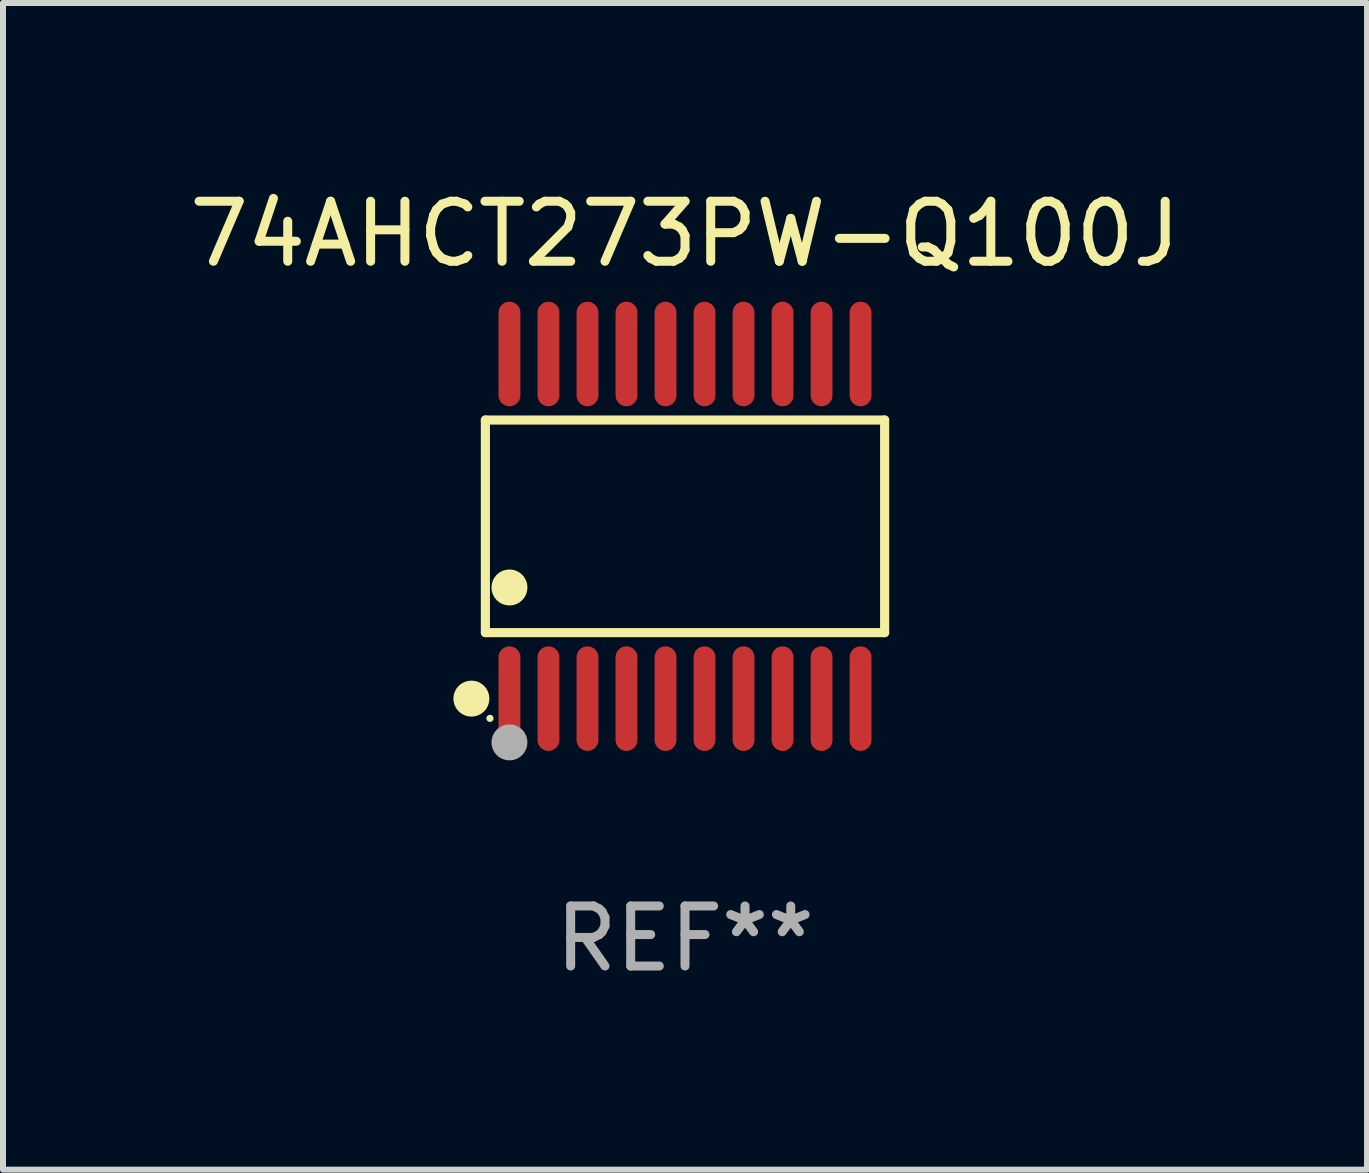
<source format=kicad_pcb>
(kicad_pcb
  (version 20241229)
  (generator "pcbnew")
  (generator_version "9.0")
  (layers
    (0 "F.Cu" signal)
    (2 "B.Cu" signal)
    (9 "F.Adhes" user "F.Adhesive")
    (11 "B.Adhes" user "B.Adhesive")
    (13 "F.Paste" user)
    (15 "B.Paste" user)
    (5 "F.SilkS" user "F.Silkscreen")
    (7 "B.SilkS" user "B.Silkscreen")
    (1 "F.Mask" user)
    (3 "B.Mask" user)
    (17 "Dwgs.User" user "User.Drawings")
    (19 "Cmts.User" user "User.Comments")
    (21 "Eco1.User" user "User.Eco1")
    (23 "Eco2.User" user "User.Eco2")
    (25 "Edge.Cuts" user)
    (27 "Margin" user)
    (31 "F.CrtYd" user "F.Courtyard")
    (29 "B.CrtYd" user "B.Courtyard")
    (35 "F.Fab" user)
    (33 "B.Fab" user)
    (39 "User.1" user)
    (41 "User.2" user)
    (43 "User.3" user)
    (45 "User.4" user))
  (footprint "74AHCT273PW-Q100J"
    (layer "F.Cu")
    (at 8.363 5.719)
    (property "Reference" "74AHCT273PW-Q100J" (at 0 -4.871 0) (layer "F.SilkS") (effects (font (size 1 1) (thickness 0.15))))
    (attr through_hole)
    (fp_line (start -3.326 -1.771) (end 3.326 -1.771) (stroke (width 0.152) (type solid)) (layer "F.SilkS"))
    (fp_line (start -3.326 1.771) (end -3.326 -1.771) (stroke (width 0.152) (type solid)) (layer "F.SilkS"))
    (fp_line (start 3.326 -1.771) (end 3.326 1.771) (stroke (width 0.152) (type solid)) (layer "F.SilkS"))
    (fp_line (start 3.326 1.771) (end -3.326 1.771) (stroke (width 0.152) (type solid)) (layer "F.SilkS"))
    (fp_circle (center -3.559 2.871) (end -3.409 2.871) (stroke (width 0.3) (type solid)) (fill no) (layer "F.SilkS"))
    (fp_circle (center -3.25 3.2) (end -3.22 3.2) (stroke (width 0.06) (type solid)) (fill no) (layer "F.SilkS"))
    (fp_circle (center -2.925 1.019) (end -2.775 1.019) (stroke (width 0.3) (type solid)) (fill no) (layer "F.SilkS"))
    (fp_circle (center -2.925 3.6) (end -2.775 3.6) (stroke (width 0.3) (type solid)) (fill no) (layer "F.Fab"))
    (fp_text user "REF**" (at 0 6.871 0) (layer "F.Fab") (effects (font (size 1 1) (thickness 0.15))))
    (pad "1" smd oval (at -2.925 2.871) (size 0.364 1.742) (layers "F.Cu" "F.Mask" "F.Paste"))
    (pad "2" smd oval (at -2.275 2.871) (size 0.364 1.742) (layers "F.Cu" "F.Mask" "F.Paste"))
    (pad "3" smd oval (at -1.625 2.871) (size 0.364 1.742) (layers "F.Cu" "F.Mask" "F.Paste"))
    (pad "4" smd oval (at -0.975 2.871) (size 0.364 1.742) (layers "F.Cu" "F.Mask" "F.Paste"))
    (pad "5" smd oval (at -0.325 2.871) (size 0.364 1.742) (layers "F.Cu" "F.Mask" "F.Paste"))
    (pad "6" smd oval (at 0.325 2.871) (size 0.364 1.742) (layers "F.Cu" "F.Mask" "F.Paste"))
    (pad "7" smd oval (at 0.975 2.871) (size 0.364 1.742) (layers "F.Cu" "F.Mask" "F.Paste"))
    (pad "8" smd oval (at 1.625 2.871) (size 0.364 1.742) (layers "F.Cu" "F.Mask" "F.Paste"))
    (pad "9" smd oval (at 2.275 2.871) (size 0.364 1.742) (layers "F.Cu" "F.Mask" "F.Paste"))
    (pad "10" smd oval (at 2.925 2.871) (size 0.364 1.742) (layers "F.Cu" "F.Mask" "F.Paste"))
    (pad "11" smd oval (at 2.925 -2.871) (size 0.364 1.742) (layers "F.Cu" "F.Mask" "F.Paste"))
    (pad "12" smd oval (at 2.275 -2.871) (size 0.364 1.742) (layers "F.Cu" "F.Mask" "F.Paste"))
    (pad "13" smd oval (at 1.625 -2.871) (size 0.364 1.742) (layers "F.Cu" "F.Mask" "F.Paste"))
    (pad "14" smd oval (at 0.975 -2.871) (size 0.364 1.742) (layers "F.Cu" "F.Mask" "F.Paste"))
    (pad "15" smd oval (at 0.325 -2.871) (size 0.364 1.742) (layers "F.Cu" "F.Mask" "F.Paste"))
    (pad "16" smd oval (at -0.325 -2.871) (size 0.364 1.742) (layers "F.Cu" "F.Mask" "F.Paste"))
    (pad "17" smd oval (at -0.975 -2.871) (size 0.364 1.742) (layers "F.Cu" "F.Mask" "F.Paste"))
    (pad "18" smd oval (at -1.625 -2.871) (size 0.364 1.742) (layers "F.Cu" "F.Mask" "F.Paste"))
    (pad "19" smd oval (at -2.275 -2.871) (size 0.364 1.742) (layers "F.Cu" "F.Mask" "F.Paste"))
    (pad "20" smd oval (at -2.925 -2.871) (size 0.364 1.742) (layers "F.Cu" "F.Mask" "F.Paste")))
  (gr_rect
    (start -3 -3)
    (end 19.726 16.438)
    (stroke (width 0.1) (type default))
    (fill no)
    (layer "Edge.Cuts")))
</source>
